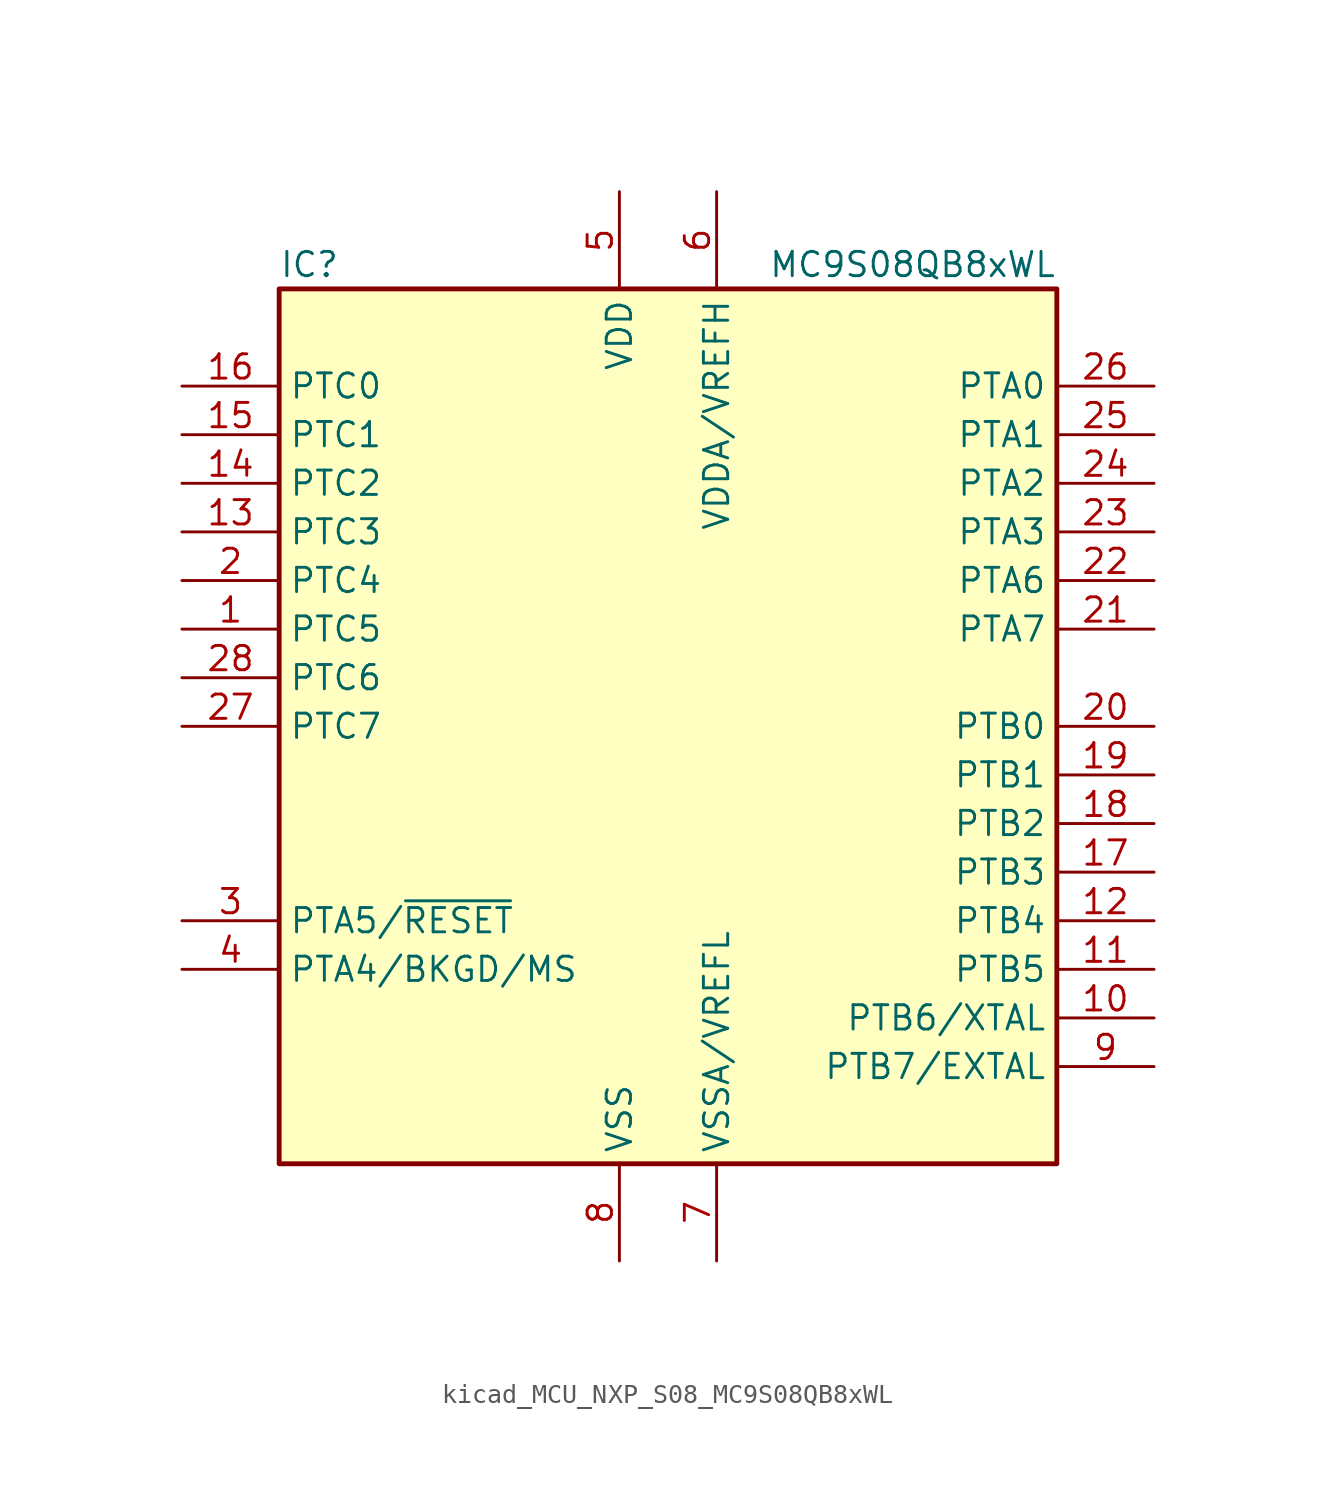
<source format=kicad_sym>
(kicad_symbol_lib
  (version 20220914)
  (generator kicad_symbol_editor)
  (symbol "kicad_MCU_NXP_S08_MC9S08QB8xWL"
    (property "Reference" "IC"
      (at -20.32 24.13 0)
      (effects (font (size 1.27 1.27)) (justify left)))
    (property "Value" "MC9S08QB8xWL"
      (at 20.32 24.13 0)
      (effects (font (size 1.27 1.27)) (justify right)))
    (symbol "kicad_MCU_NXP_S08_MC9S08QB8xWL_0_1"
      (rectangle (start -20.32 22.86) (end 20.32 -22.86) (stroke (width 0.254) (type default)) (fill (type background))))
    (symbol "kicad_MCU_NXP_S08_MC9S08QB8xWL_1_1"
      (pin bidirectional line (at -25.4 5.08 0) (length 5.08) (name "PTC5" (effects (font (size 1.27 1.27)))) (number "1" (effects (font (size 1.27 1.27)))))
      (pin bidirectional line (at 25.4 -15.24 180) (length 5.08) (name "PTB6/XTAL" (effects (font (size 1.27 1.27)))) (number "10" (effects (font (size 1.27 1.27)))))
      (pin bidirectional line (at 25.4 -12.7 180) (length 5.08) (name "PTB5" (effects (font (size 1.27 1.27)))) (number "11" (effects (font (size 1.27 1.27)))))
      (pin bidirectional line (at 25.4 -10.16 180) (length 5.08) (name "PTB4" (effects (font (size 1.27 1.27)))) (number "12" (effects (font (size 1.27 1.27)))))
      (pin bidirectional line (at -25.4 10.16 0) (length 5.08) (name "PTC3" (effects (font (size 1.27 1.27)))) (number "13" (effects (font (size 1.27 1.27)))))
      (pin bidirectional line (at -25.4 12.7 0) (length 5.08) (name "PTC2" (effects (font (size 1.27 1.27)))) (number "14" (effects (font (size 1.27 1.27)))))
      (pin bidirectional line (at -25.4 15.24 0) (length 5.08) (name "PTC1" (effects (font (size 1.27 1.27)))) (number "15" (effects (font (size 1.27 1.27)))))
      (pin bidirectional line (at -25.4 17.78 0) (length 5.08) (name "PTC0" (effects (font (size 1.27 1.27)))) (number "16" (effects (font (size 1.27 1.27)))))
      (pin bidirectional line (at 25.4 -7.62 180) (length 5.08) (name "PTB3" (effects (font (size 1.27 1.27)))) (number "17" (effects (font (size 1.27 1.27)))))
      (pin bidirectional line (at 25.4 -5.08 180) (length 5.08) (name "PTB2" (effects (font (size 1.27 1.27)))) (number "18" (effects (font (size 1.27 1.27)))))
      (pin bidirectional line (at 25.4 -2.54 180) (length 5.08) (name "PTB1" (effects (font (size 1.27 1.27)))) (number "19" (effects (font (size 1.27 1.27)))))
      (pin bidirectional line (at -25.4 7.62 0) (length 5.08) (name "PTC4" (effects (font (size 1.27 1.27)))) (number "2" (effects (font (size 1.27 1.27)))))
      (pin bidirectional line (at 25.4 0 180) (length 5.08) (name "PTB0" (effects (font (size 1.27 1.27)))) (number "20" (effects (font (size 1.27 1.27)))))
      (pin bidirectional line (at 25.4 5.08 180) (length 5.08) (name "PTA7" (effects (font (size 1.27 1.27)))) (number "21" (effects (font (size 1.27 1.27)))))
      (pin bidirectional line (at 25.4 7.62 180) (length 5.08) (name "PTA6" (effects (font (size 1.27 1.27)))) (number "22" (effects (font (size 1.27 1.27)))))
      (pin bidirectional line (at 25.4 10.16 180) (length 5.08) (name "PTA3" (effects (font (size 1.27 1.27)))) (number "23" (effects (font (size 1.27 1.27)))))
      (pin bidirectional line (at 25.4 12.7 180) (length 5.08) (name "PTA2" (effects (font (size 1.27 1.27)))) (number "24" (effects (font (size 1.27 1.27)))))
      (pin bidirectional line (at 25.4 15.24 180) (length 5.08) (name "PTA1" (effects (font (size 1.27 1.27)))) (number "25" (effects (font (size 1.27 1.27)))))
      (pin bidirectional line (at 25.4 17.78 180) (length 5.08) (name "PTA0" (effects (font (size 1.27 1.27)))) (number "26" (effects (font (size 1.27 1.27)))))
      (pin bidirectional line (at -25.4 0 0) (length 5.08) (name "PTC7" (effects (font (size 1.27 1.27)))) (number "27" (effects (font (size 1.27 1.27)))))
      (pin bidirectional line (at -25.4 2.54 0) (length 5.08) (name "PTC6" (effects (font (size 1.27 1.27)))) (number "28" (effects (font (size 1.27 1.27)))))
      (pin bidirectional line (at -25.4 -10.16 0) (length 5.08) (name "PTA5/~{RESET}" (effects (font (size 1.27 1.27)))) (number "3" (effects (font (size 1.27 1.27)))))
      (pin bidirectional line (at -25.4 -12.7 0) (length 5.08) (name "PTA4/BKGD/MS" (effects (font (size 1.27 1.27)))) (number "4" (effects (font (size 1.27 1.27)))))
      (pin power_in line (at -2.54 27.94 270) (length 5.08) (name "VDD" (effects (font (size 1.27 1.27)))) (number "5" (effects (font (size 1.27 1.27)))))
      (pin power_in line (at 2.54 27.94 270) (length 5.08) (name "VDDA/VREFH" (effects (font (size 1.27 1.27)))) (number "6" (effects (font (size 1.27 1.27)))))
      (pin power_in line (at 2.54 -27.94 90) (length 5.08) (name "VSSA/VREFL" (effects (font (size 1.27 1.27)))) (number "7" (effects (font (size 1.27 1.27)))))
      (pin power_in line (at -2.54 -27.94 90) (length 5.08) (name "VSS" (effects (font (size 1.27 1.27)))) (number "8" (effects (font (size 1.27 1.27)))))
      (pin bidirectional line (at 25.4 -17.78 180) (length 5.08) (name "PTB7/EXTAL" (effects (font (size 1.27 1.27)))) (number "9" (effects (font (size 1.27 1.27))))))))
</source>
